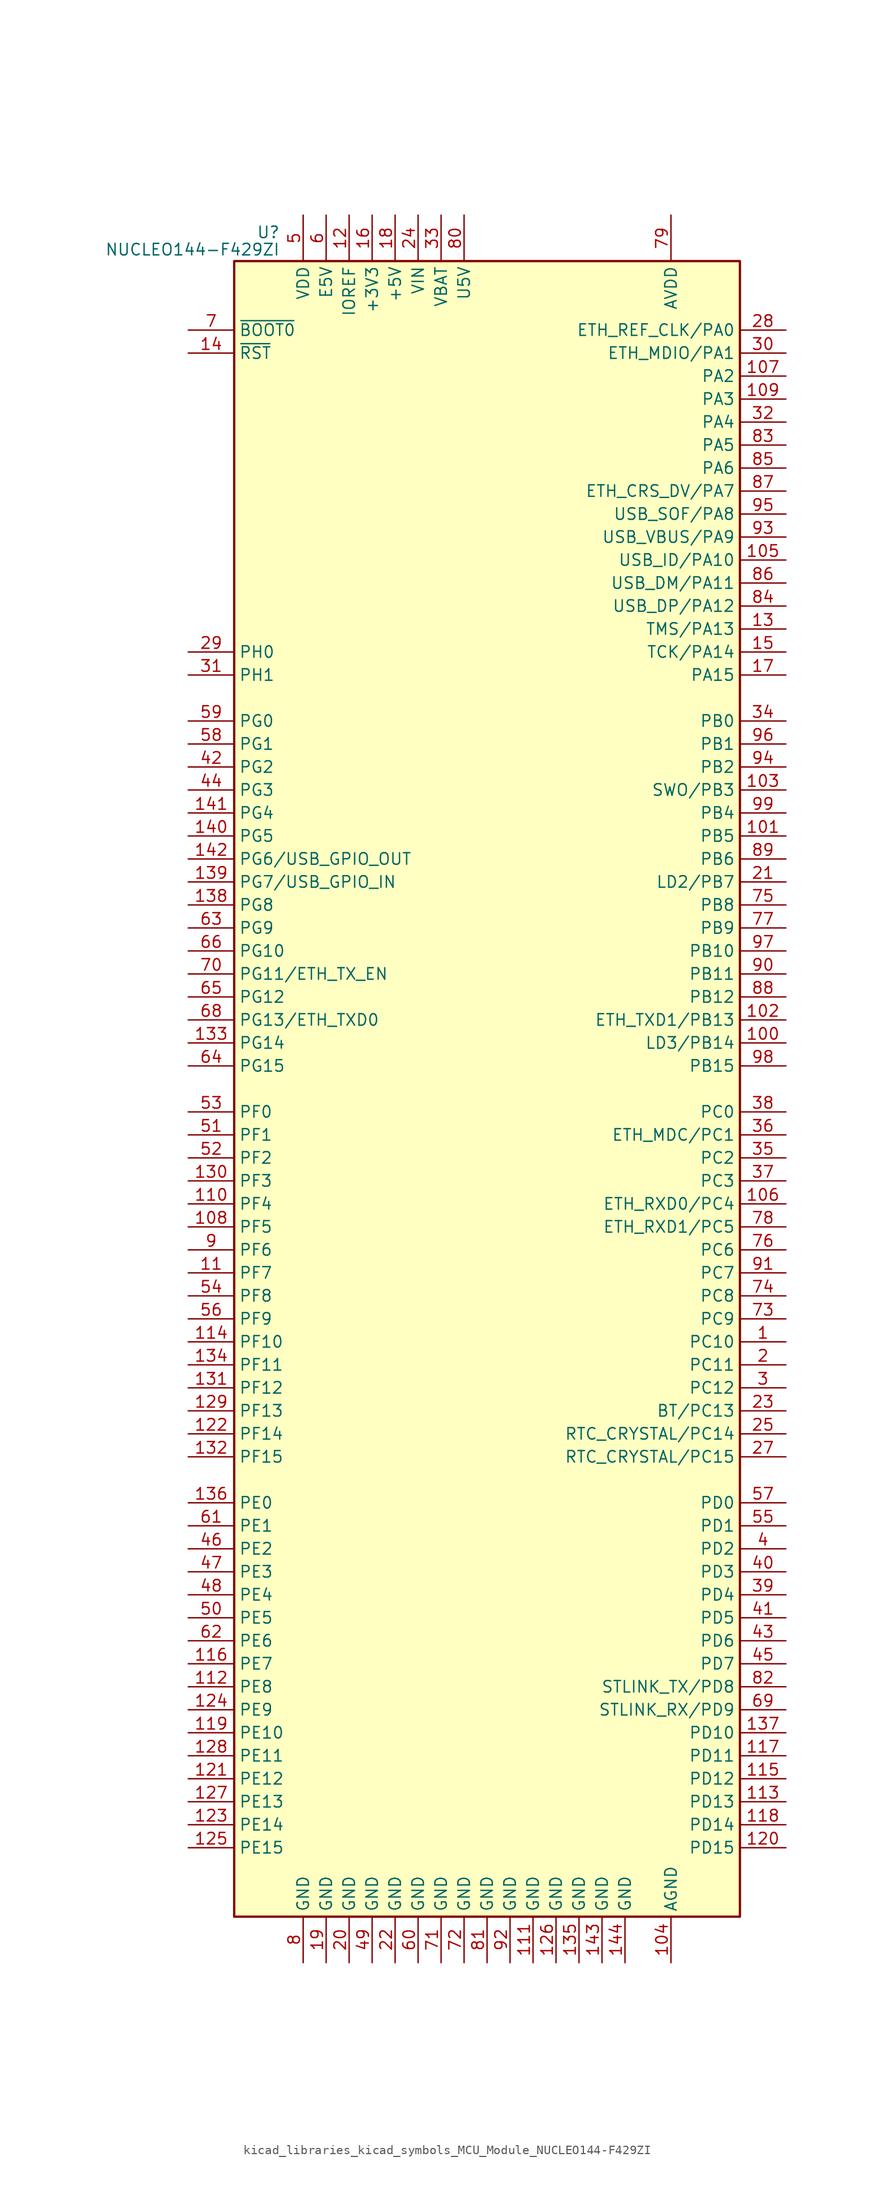
<source format=kicad_sym>
(kicad_symbol_lib
  (version 20220914)
  (generator kicad_symbol_editor)
  (symbol "kicad_libraries_kicad_symbols_MCU_Module_NUCLEO144-F429ZI"
    (property "Reference" "U"
      (at -22.86 94.615 0)
      (effects (font (size 1.27 1.27)) (justify right)))
    (property "Value" "NUCLEO144-F429ZI"
      (at -22.86 92.71 0)
      (effects (font (size 1.27 1.27)) (justify right)))
    (symbol "kicad_libraries_kicad_symbols_MCU_Module_NUCLEO144-F429ZI_0_1"
      (rectangle (start -27.94 -91.44) (end 27.94 91.44) (stroke (width 0.254) (type default)) (fill (type background))))
    (symbol "kicad_libraries_kicad_symbols_MCU_Module_NUCLEO144-F429ZI_1_1"
      (pin bidirectional line (at 33.02 -27.94 180) (length 5.08) (name "PC10" (effects (font (size 1.27 1.27)))) (number "1" (effects (font (size 1.27 1.27)))))
      (pin no_connect line (at -27.94 55.88 0) (length 5.08) hide (name "NC" (effects (font (size 1.27 1.27)))) (number "10" (effects (font (size 1.27 1.27)))))
      (pin bidirectional line (at 33.02 5.08 180) (length 5.08) (name "LD3/PB14" (effects (font (size 1.27 1.27)))) (number "100" (effects (font (size 1.27 1.27)))))
      (pin bidirectional line (at 33.02 27.94 180) (length 5.08) (name "PB5" (effects (font (size 1.27 1.27)))) (number "101" (effects (font (size 1.27 1.27)))))
      (pin bidirectional line (at 33.02 7.62 180) (length 5.08) (name "ETH_TXD1/PB13" (effects (font (size 1.27 1.27)))) (number "102" (effects (font (size 1.27 1.27)))))
      (pin bidirectional line (at 33.02 33.02 180) (length 5.08) (name "SWO/PB3" (effects (font (size 1.27 1.27)))) (number "103" (effects (font (size 1.27 1.27)))))
      (pin power_in line (at 20.32 -96.52 90) (length 5.08) (name "AGND" (effects (font (size 1.27 1.27)))) (number "104" (effects (font (size 1.27 1.27)))))
      (pin bidirectional line (at 33.02 58.42 180) (length 5.08) (name "USB_ID/PA10" (effects (font (size 1.27 1.27)))) (number "105" (effects (font (size 1.27 1.27)))))
      (pin bidirectional line (at 33.02 -12.7 180) (length 5.08) (name "ETH_RXD0/PC4" (effects (font (size 1.27 1.27)))) (number "106" (effects (font (size 1.27 1.27)))))
      (pin bidirectional line (at 33.02 78.74 180) (length 5.08) (name "PA2" (effects (font (size 1.27 1.27)))) (number "107" (effects (font (size 1.27 1.27)))))
      (pin bidirectional line (at -33.02 -15.24 0) (length 5.08) (name "PF5" (effects (font (size 1.27 1.27)))) (number "108" (effects (font (size 1.27 1.27)))))
      (pin bidirectional line (at 33.02 76.2 180) (length 5.08) (name "PA3" (effects (font (size 1.27 1.27)))) (number "109" (effects (font (size 1.27 1.27)))))
      (pin bidirectional line (at -33.02 -20.32 0) (length 5.08) (name "PF7" (effects (font (size 1.27 1.27)))) (number "11" (effects (font (size 1.27 1.27)))))
      (pin bidirectional line (at -33.02 -12.7 0) (length 5.08) (name "PF4" (effects (font (size 1.27 1.27)))) (number "110" (effects (font (size 1.27 1.27)))))
      (pin power_in line (at 5.08 -96.52 90) (length 5.08) (name "GND" (effects (font (size 1.27 1.27)))) (number "111" (effects (font (size 1.27 1.27)))))
      (pin bidirectional line (at -33.02 -66.04 0) (length 5.08) (name "PE8" (effects (font (size 1.27 1.27)))) (number "112" (effects (font (size 1.27 1.27)))))
      (pin bidirectional line (at 33.02 -78.74 180) (length 5.08) (name "PD13" (effects (font (size 1.27 1.27)))) (number "113" (effects (font (size 1.27 1.27)))))
      (pin bidirectional line (at -33.02 -27.94 0) (length 5.08) (name "PF10" (effects (font (size 1.27 1.27)))) (number "114" (effects (font (size 1.27 1.27)))))
      (pin bidirectional line (at 33.02 -76.2 180) (length 5.08) (name "PD12" (effects (font (size 1.27 1.27)))) (number "115" (effects (font (size 1.27 1.27)))))
      (pin bidirectional line (at -33.02 -63.5 0) (length 5.08) (name "PE7" (effects (font (size 1.27 1.27)))) (number "116" (effects (font (size 1.27 1.27)))))
      (pin bidirectional line (at 33.02 -73.66 180) (length 5.08) (name "PD11" (effects (font (size 1.27 1.27)))) (number "117" (effects (font (size 1.27 1.27)))))
      (pin bidirectional line (at 33.02 -81.28 180) (length 5.08) (name "PD14" (effects (font (size 1.27 1.27)))) (number "118" (effects (font (size 1.27 1.27)))))
      (pin bidirectional line (at -33.02 -71.12 0) (length 5.08) (name "PE10" (effects (font (size 1.27 1.27)))) (number "119" (effects (font (size 1.27 1.27)))))
      (pin power_in line (at -15.24 96.52 270) (length 5.08) (name "IOREF" (effects (font (size 1.27 1.27)))) (number "12" (effects (font (size 1.27 1.27)))))
      (pin bidirectional line (at 33.02 -83.82 180) (length 5.08) (name "PD15" (effects (font (size 1.27 1.27)))) (number "120" (effects (font (size 1.27 1.27)))))
      (pin bidirectional line (at -33.02 -76.2 0) (length 5.08) (name "PE12" (effects (font (size 1.27 1.27)))) (number "121" (effects (font (size 1.27 1.27)))))
      (pin bidirectional line (at -33.02 -38.1 0) (length 5.08) (name "PF14" (effects (font (size 1.27 1.27)))) (number "122" (effects (font (size 1.27 1.27)))))
      (pin bidirectional line (at -33.02 -81.28 0) (length 5.08) (name "PE14" (effects (font (size 1.27 1.27)))) (number "123" (effects (font (size 1.27 1.27)))))
      (pin bidirectional line (at -33.02 -68.58 0) (length 5.08) (name "PE9" (effects (font (size 1.27 1.27)))) (number "124" (effects (font (size 1.27 1.27)))))
      (pin bidirectional line (at -33.02 -83.82 0) (length 5.08) (name "PE15" (effects (font (size 1.27 1.27)))) (number "125" (effects (font (size 1.27 1.27)))))
      (pin power_in line (at 7.62 -96.52 90) (length 5.08) (name "GND" (effects (font (size 1.27 1.27)))) (number "126" (effects (font (size 1.27 1.27)))))
      (pin bidirectional line (at -33.02 -78.74 0) (length 5.08) (name "PE13" (effects (font (size 1.27 1.27)))) (number "127" (effects (font (size 1.27 1.27)))))
      (pin bidirectional line (at -33.02 -73.66 0) (length 5.08) (name "PE11" (effects (font (size 1.27 1.27)))) (number "128" (effects (font (size 1.27 1.27)))))
      (pin bidirectional line (at -33.02 -35.56 0) (length 5.08) (name "PF13" (effects (font (size 1.27 1.27)))) (number "129" (effects (font (size 1.27 1.27)))))
      (pin bidirectional line (at 33.02 50.8 180) (length 5.08) (name "TMS/PA13" (effects (font (size 1.27 1.27)))) (number "13" (effects (font (size 1.27 1.27)))))
      (pin bidirectional line (at -33.02 -10.16 0) (length 5.08) (name "PF3" (effects (font (size 1.27 1.27)))) (number "130" (effects (font (size 1.27 1.27)))))
      (pin bidirectional line (at -33.02 -33.02 0) (length 5.08) (name "PF12" (effects (font (size 1.27 1.27)))) (number "131" (effects (font (size 1.27 1.27)))))
      (pin bidirectional line (at -33.02 -40.64 0) (length 5.08) (name "PF15" (effects (font (size 1.27 1.27)))) (number "132" (effects (font (size 1.27 1.27)))))
      (pin bidirectional line (at -33.02 5.08 0) (length 5.08) (name "PG14" (effects (font (size 1.27 1.27)))) (number "133" (effects (font (size 1.27 1.27)))))
      (pin bidirectional line (at -33.02 -30.48 0) (length 5.08) (name "PF11" (effects (font (size 1.27 1.27)))) (number "134" (effects (font (size 1.27 1.27)))))
      (pin power_in line (at 10.16 -96.52 90) (length 5.08) (name "GND" (effects (font (size 1.27 1.27)))) (number "135" (effects (font (size 1.27 1.27)))))
      (pin bidirectional line (at -33.02 -45.72 0) (length 5.08) (name "PE0" (effects (font (size 1.27 1.27)))) (number "136" (effects (font (size 1.27 1.27)))))
      (pin bidirectional line (at 33.02 -71.12 180) (length 5.08) (name "PD10" (effects (font (size 1.27 1.27)))) (number "137" (effects (font (size 1.27 1.27)))))
      (pin bidirectional line (at -33.02 20.32 0) (length 5.08) (name "PG8" (effects (font (size 1.27 1.27)))) (number "138" (effects (font (size 1.27 1.27)))))
      (pin bidirectional line (at -33.02 22.86 0) (length 5.08) (name "PG7/USB_GPIO_IN" (effects (font (size 1.27 1.27)))) (number "139" (effects (font (size 1.27 1.27)))))
      (pin input line (at -33.02 81.28 0) (length 5.08) (name "~{RST}" (effects (font (size 1.27 1.27)))) (number "14" (effects (font (size 1.27 1.27)))))
      (pin bidirectional line (at -33.02 27.94 0) (length 5.08) (name "PG5" (effects (font (size 1.27 1.27)))) (number "140" (effects (font (size 1.27 1.27)))))
      (pin bidirectional line (at -33.02 30.48 0) (length 5.08) (name "PG4" (effects (font (size 1.27 1.27)))) (number "141" (effects (font (size 1.27 1.27)))))
      (pin bidirectional line (at -33.02 25.4 0) (length 5.08) (name "PG6/USB_GPIO_OUT" (effects (font (size 1.27 1.27)))) (number "142" (effects (font (size 1.27 1.27)))))
      (pin power_in line (at 12.7 -96.52 90) (length 5.08) (name "GND" (effects (font (size 1.27 1.27)))) (number "143" (effects (font (size 1.27 1.27)))))
      (pin power_in line (at 15.24 -96.52 90) (length 5.08) (name "GND" (effects (font (size 1.27 1.27)))) (number "144" (effects (font (size 1.27 1.27)))))
      (pin bidirectional line (at 33.02 48.26 180) (length 5.08) (name "TCK/PA14" (effects (font (size 1.27 1.27)))) (number "15" (effects (font (size 1.27 1.27)))))
      (pin power_in line (at -12.7 96.52 270) (length 5.08) (name "+3V3" (effects (font (size 1.27 1.27)))) (number "16" (effects (font (size 1.27 1.27)))))
      (pin bidirectional line (at 33.02 45.72 180) (length 5.08) (name "PA15" (effects (font (size 1.27 1.27)))) (number "17" (effects (font (size 1.27 1.27)))))
      (pin power_in line (at -10.16 96.52 270) (length 5.08) (name "+5V" (effects (font (size 1.27 1.27)))) (number "18" (effects (font (size 1.27 1.27)))))
      (pin power_in line (at -17.78 -96.52 90) (length 5.08) (name "GND" (effects (font (size 1.27 1.27)))) (number "19" (effects (font (size 1.27 1.27)))))
      (pin bidirectional line (at 33.02 -30.48 180) (length 5.08) (name "PC11" (effects (font (size 1.27 1.27)))) (number "2" (effects (font (size 1.27 1.27)))))
      (pin power_in line (at -15.24 -96.52 90) (length 5.08) (name "GND" (effects (font (size 1.27 1.27)))) (number "20" (effects (font (size 1.27 1.27)))))
      (pin bidirectional line (at 33.02 22.86 180) (length 5.08) (name "LD2/PB7" (effects (font (size 1.27 1.27)))) (number "21" (effects (font (size 1.27 1.27)))))
      (pin power_in line (at -10.16 -96.52 90) (length 5.08) (name "GND" (effects (font (size 1.27 1.27)))) (number "22" (effects (font (size 1.27 1.27)))))
      (pin bidirectional line (at 33.02 -35.56 180) (length 5.08) (name "BT/PC13" (effects (font (size 1.27 1.27)))) (number "23" (effects (font (size 1.27 1.27)))))
      (pin power_in line (at -7.62 96.52 270) (length 5.08) (name "VIN" (effects (font (size 1.27 1.27)))) (number "24" (effects (font (size 1.27 1.27)))))
      (pin bidirectional line (at 33.02 -38.1 180) (length 5.08) (name "RTC_CRYSTAL/PC14" (effects (font (size 1.27 1.27)))) (number "25" (effects (font (size 1.27 1.27)))))
      (pin no_connect line (at -27.94 58.42 0) (length 5.08) hide (name "NC" (effects (font (size 1.27 1.27)))) (number "26" (effects (font (size 1.27 1.27)))))
      (pin bidirectional line (at 33.02 -40.64 180) (length 5.08) (name "RTC_CRYSTAL/PC15" (effects (font (size 1.27 1.27)))) (number "27" (effects (font (size 1.27 1.27)))))
      (pin bidirectional line (at 33.02 83.82 180) (length 5.08) (name "ETH_REF_CLK/PA0" (effects (font (size 1.27 1.27)))) (number "28" (effects (font (size 1.27 1.27)))))
      (pin bidirectional line (at -33.02 48.26 0) (length 5.08) (name "PH0" (effects (font (size 1.27 1.27)))) (number "29" (effects (font (size 1.27 1.27)))))
      (pin bidirectional line (at 33.02 -33.02 180) (length 5.08) (name "PC12" (effects (font (size 1.27 1.27)))) (number "3" (effects (font (size 1.27 1.27)))))
      (pin bidirectional line (at 33.02 81.28 180) (length 5.08) (name "ETH_MDIO/PA1" (effects (font (size 1.27 1.27)))) (number "30" (effects (font (size 1.27 1.27)))))
      (pin bidirectional line (at -33.02 45.72 0) (length 5.08) (name "PH1" (effects (font (size 1.27 1.27)))) (number "31" (effects (font (size 1.27 1.27)))))
      (pin bidirectional line (at 33.02 73.66 180) (length 5.08) (name "PA4" (effects (font (size 1.27 1.27)))) (number "32" (effects (font (size 1.27 1.27)))))
      (pin power_in line (at -5.08 96.52 270) (length 5.08) (name "VBAT" (effects (font (size 1.27 1.27)))) (number "33" (effects (font (size 1.27 1.27)))))
      (pin bidirectional line (at 33.02 40.64 180) (length 5.08) (name "PB0" (effects (font (size 1.27 1.27)))) (number "34" (effects (font (size 1.27 1.27)))))
      (pin bidirectional line (at 33.02 -7.62 180) (length 5.08) (name "PC2" (effects (font (size 1.27 1.27)))) (number "35" (effects (font (size 1.27 1.27)))))
      (pin bidirectional line (at 33.02 -5.08 180) (length 5.08) (name "ETH_MDC/PC1" (effects (font (size 1.27 1.27)))) (number "36" (effects (font (size 1.27 1.27)))))
      (pin bidirectional line (at 33.02 -10.16 180) (length 5.08) (name "PC3" (effects (font (size 1.27 1.27)))) (number "37" (effects (font (size 1.27 1.27)))))
      (pin bidirectional line (at 33.02 -2.54 180) (length 5.08) (name "PC0" (effects (font (size 1.27 1.27)))) (number "38" (effects (font (size 1.27 1.27)))))
      (pin bidirectional line (at 33.02 -55.88 180) (length 5.08) (name "PD4" (effects (font (size 1.27 1.27)))) (number "39" (effects (font (size 1.27 1.27)))))
      (pin bidirectional line (at 33.02 -50.8 180) (length 5.08) (name "PD2" (effects (font (size 1.27 1.27)))) (number "4" (effects (font (size 1.27 1.27)))))
      (pin bidirectional line (at 33.02 -53.34 180) (length 5.08) (name "PD3" (effects (font (size 1.27 1.27)))) (number "40" (effects (font (size 1.27 1.27)))))
      (pin bidirectional line (at 33.02 -58.42 180) (length 5.08) (name "PD5" (effects (font (size 1.27 1.27)))) (number "41" (effects (font (size 1.27 1.27)))))
      (pin bidirectional line (at -33.02 35.56 0) (length 5.08) (name "PG2" (effects (font (size 1.27 1.27)))) (number "42" (effects (font (size 1.27 1.27)))))
      (pin bidirectional line (at 33.02 -60.96 180) (length 5.08) (name "PD6" (effects (font (size 1.27 1.27)))) (number "43" (effects (font (size 1.27 1.27)))))
      (pin bidirectional line (at -33.02 33.02 0) (length 5.08) (name "PG3" (effects (font (size 1.27 1.27)))) (number "44" (effects (font (size 1.27 1.27)))))
      (pin bidirectional line (at 33.02 -63.5 180) (length 5.08) (name "PD7" (effects (font (size 1.27 1.27)))) (number "45" (effects (font (size 1.27 1.27)))))
      (pin bidirectional line (at -33.02 -50.8 0) (length 5.08) (name "PE2" (effects (font (size 1.27 1.27)))) (number "46" (effects (font (size 1.27 1.27)))))
      (pin bidirectional line (at -33.02 -53.34 0) (length 5.08) (name "PE3" (effects (font (size 1.27 1.27)))) (number "47" (effects (font (size 1.27 1.27)))))
      (pin bidirectional line (at -33.02 -55.88 0) (length 5.08) (name "PE4" (effects (font (size 1.27 1.27)))) (number "48" (effects (font (size 1.27 1.27)))))
      (pin power_in line (at -12.7 -96.52 90) (length 5.08) (name "GND" (effects (font (size 1.27 1.27)))) (number "49" (effects (font (size 1.27 1.27)))))
      (pin power_in line (at -20.32 96.52 270) (length 5.08) (name "VDD" (effects (font (size 1.27 1.27)))) (number "5" (effects (font (size 1.27 1.27)))))
      (pin bidirectional line (at -33.02 -58.42 0) (length 5.08) (name "PE5" (effects (font (size 1.27 1.27)))) (number "50" (effects (font (size 1.27 1.27)))))
      (pin bidirectional line (at -33.02 -5.08 0) (length 5.08) (name "PF1" (effects (font (size 1.27 1.27)))) (number "51" (effects (font (size 1.27 1.27)))))
      (pin bidirectional line (at -33.02 -7.62 0) (length 5.08) (name "PF2" (effects (font (size 1.27 1.27)))) (number "52" (effects (font (size 1.27 1.27)))))
      (pin bidirectional line (at -33.02 -2.54 0) (length 5.08) (name "PF0" (effects (font (size 1.27 1.27)))) (number "53" (effects (font (size 1.27 1.27)))))
      (pin bidirectional line (at -33.02 -22.86 0) (length 5.08) (name "PF8" (effects (font (size 1.27 1.27)))) (number "54" (effects (font (size 1.27 1.27)))))
      (pin bidirectional line (at 33.02 -48.26 180) (length 5.08) (name "PD1" (effects (font (size 1.27 1.27)))) (number "55" (effects (font (size 1.27 1.27)))))
      (pin bidirectional line (at -33.02 -25.4 0) (length 5.08) (name "PF9" (effects (font (size 1.27 1.27)))) (number "56" (effects (font (size 1.27 1.27)))))
      (pin bidirectional line (at 33.02 -45.72 180) (length 5.08) (name "PD0" (effects (font (size 1.27 1.27)))) (number "57" (effects (font (size 1.27 1.27)))))
      (pin bidirectional line (at -33.02 38.1 0) (length 5.08) (name "PG1" (effects (font (size 1.27 1.27)))) (number "58" (effects (font (size 1.27 1.27)))))
      (pin bidirectional line (at -33.02 40.64 0) (length 5.08) (name "PG0" (effects (font (size 1.27 1.27)))) (number "59" (effects (font (size 1.27 1.27)))))
      (pin power_in line (at -17.78 96.52 270) (length 5.08) (name "E5V" (effects (font (size 1.27 1.27)))) (number "6" (effects (font (size 1.27 1.27)))))
      (pin power_in line (at -7.62 -96.52 90) (length 5.08) (name "GND" (effects (font (size 1.27 1.27)))) (number "60" (effects (font (size 1.27 1.27)))))
      (pin bidirectional line (at -33.02 -48.26 0) (length 5.08) (name "PE1" (effects (font (size 1.27 1.27)))) (number "61" (effects (font (size 1.27 1.27)))))
      (pin bidirectional line (at -33.02 -60.96 0) (length 5.08) (name "PE6" (effects (font (size 1.27 1.27)))) (number "62" (effects (font (size 1.27 1.27)))))
      (pin bidirectional line (at -33.02 17.78 0) (length 5.08) (name "PG9" (effects (font (size 1.27 1.27)))) (number "63" (effects (font (size 1.27 1.27)))))
      (pin bidirectional line (at -33.02 2.54 0) (length 5.08) (name "PG15" (effects (font (size 1.27 1.27)))) (number "64" (effects (font (size 1.27 1.27)))))
      (pin bidirectional line (at -33.02 10.16 0) (length 5.08) (name "PG12" (effects (font (size 1.27 1.27)))) (number "65" (effects (font (size 1.27 1.27)))))
      (pin bidirectional line (at -33.02 15.24 0) (length 5.08) (name "PG10" (effects (font (size 1.27 1.27)))) (number "66" (effects (font (size 1.27 1.27)))))
      (pin no_connect line (at -27.94 53.34 0) (length 5.08) hide (name "NC" (effects (font (size 1.27 1.27)))) (number "67" (effects (font (size 1.27 1.27)))))
      (pin bidirectional line (at -33.02 7.62 0) (length 5.08) (name "PG13/ETH_TXD0" (effects (font (size 1.27 1.27)))) (number "68" (effects (font (size 1.27 1.27)))))
      (pin bidirectional line (at 33.02 -68.58 180) (length 5.08) (name "STLINK_RX/PD9" (effects (font (size 1.27 1.27)))) (number "69" (effects (font (size 1.27 1.27)))))
      (pin input line (at -33.02 83.82 0) (length 5.08) (name "~{BOOT0}" (effects (font (size 1.27 1.27)))) (number "7" (effects (font (size 1.27 1.27)))))
      (pin bidirectional line (at -33.02 12.7 0) (length 5.08) (name "PG11/ETH_TX_EN" (effects (font (size 1.27 1.27)))) (number "70" (effects (font (size 1.27 1.27)))))
      (pin power_in line (at -5.08 -96.52 90) (length 5.08) (name "GND" (effects (font (size 1.27 1.27)))) (number "71" (effects (font (size 1.27 1.27)))))
      (pin power_in line (at -2.54 -96.52 90) (length 5.08) (name "GND" (effects (font (size 1.27 1.27)))) (number "72" (effects (font (size 1.27 1.27)))))
      (pin bidirectional line (at 33.02 -25.4 180) (length 5.08) (name "PC9" (effects (font (size 1.27 1.27)))) (number "73" (effects (font (size 1.27 1.27)))))
      (pin bidirectional line (at 33.02 -22.86 180) (length 5.08) (name "PC8" (effects (font (size 1.27 1.27)))) (number "74" (effects (font (size 1.27 1.27)))))
      (pin bidirectional line (at 33.02 20.32 180) (length 5.08) (name "PB8" (effects (font (size 1.27 1.27)))) (number "75" (effects (font (size 1.27 1.27)))))
      (pin bidirectional line (at 33.02 -17.78 180) (length 5.08) (name "PC6" (effects (font (size 1.27 1.27)))) (number "76" (effects (font (size 1.27 1.27)))))
      (pin bidirectional line (at 33.02 17.78 180) (length 5.08) (name "PB9" (effects (font (size 1.27 1.27)))) (number "77" (effects (font (size 1.27 1.27)))))
      (pin bidirectional line (at 33.02 -15.24 180) (length 5.08) (name "ETH_RXD1/PC5" (effects (font (size 1.27 1.27)))) (number "78" (effects (font (size 1.27 1.27)))))
      (pin power_in line (at 20.32 96.52 270) (length 5.08) (name "AVDD" (effects (font (size 1.27 1.27)))) (number "79" (effects (font (size 1.27 1.27)))))
      (pin power_in line (at -20.32 -96.52 90) (length 5.08) (name "GND" (effects (font (size 1.27 1.27)))) (number "8" (effects (font (size 1.27 1.27)))))
      (pin power_in line (at -2.54 96.52 270) (length 5.08) (name "U5V" (effects (font (size 1.27 1.27)))) (number "80" (effects (font (size 1.27 1.27)))))
      (pin power_in line (at 0 -96.52 90) (length 5.08) (name "GND" (effects (font (size 1.27 1.27)))) (number "81" (effects (font (size 1.27 1.27)))))
      (pin bidirectional line (at 33.02 -66.04 180) (length 5.08) (name "STLINK_TX/PD8" (effects (font (size 1.27 1.27)))) (number "82" (effects (font (size 1.27 1.27)))))
      (pin bidirectional line (at 33.02 71.12 180) (length 5.08) (name "PA5" (effects (font (size 1.27 1.27)))) (number "83" (effects (font (size 1.27 1.27)))))
      (pin bidirectional line (at 33.02 53.34 180) (length 5.08) (name "USB_DP/PA12" (effects (font (size 1.27 1.27)))) (number "84" (effects (font (size 1.27 1.27)))))
      (pin bidirectional line (at 33.02 68.58 180) (length 5.08) (name "PA6" (effects (font (size 1.27 1.27)))) (number "85" (effects (font (size 1.27 1.27)))))
      (pin bidirectional line (at 33.02 55.88 180) (length 5.08) (name "USB_DM/PA11" (effects (font (size 1.27 1.27)))) (number "86" (effects (font (size 1.27 1.27)))))
      (pin bidirectional line (at 33.02 66.04 180) (length 5.08) (name "ETH_CRS_DV/PA7" (effects (font (size 1.27 1.27)))) (number "87" (effects (font (size 1.27 1.27)))))
      (pin bidirectional line (at 33.02 10.16 180) (length 5.08) (name "PB12" (effects (font (size 1.27 1.27)))) (number "88" (effects (font (size 1.27 1.27)))))
      (pin bidirectional line (at 33.02 25.4 180) (length 5.08) (name "PB6" (effects (font (size 1.27 1.27)))) (number "89" (effects (font (size 1.27 1.27)))))
      (pin bidirectional line (at -33.02 -17.78 0) (length 5.08) (name "PF6" (effects (font (size 1.27 1.27)))) (number "9" (effects (font (size 1.27 1.27)))))
      (pin bidirectional line (at 33.02 12.7 180) (length 5.08) (name "PB11" (effects (font (size 1.27 1.27)))) (number "90" (effects (font (size 1.27 1.27)))))
      (pin bidirectional line (at 33.02 -20.32 180) (length 5.08) (name "PC7" (effects (font (size 1.27 1.27)))) (number "91" (effects (font (size 1.27 1.27)))))
      (pin power_in line (at 2.54 -96.52 90) (length 5.08) (name "GND" (effects (font (size 1.27 1.27)))) (number "92" (effects (font (size 1.27 1.27)))))
      (pin bidirectional line (at 33.02 60.96 180) (length 5.08) (name "USB_VBUS/PA9" (effects (font (size 1.27 1.27)))) (number "93" (effects (font (size 1.27 1.27)))))
      (pin bidirectional line (at 33.02 35.56 180) (length 5.08) (name "PB2" (effects (font (size 1.27 1.27)))) (number "94" (effects (font (size 1.27 1.27)))))
      (pin bidirectional line (at 33.02 63.5 180) (length 5.08) (name "USB_SOF/PA8" (effects (font (size 1.27 1.27)))) (number "95" (effects (font (size 1.27 1.27)))))
      (pin bidirectional line (at 33.02 38.1 180) (length 5.08) (name "PB1" (effects (font (size 1.27 1.27)))) (number "96" (effects (font (size 1.27 1.27)))))
      (pin bidirectional line (at 33.02 15.24 180) (length 5.08) (name "PB10" (effects (font (size 1.27 1.27)))) (number "97" (effects (font (size 1.27 1.27)))))
      (pin bidirectional line (at 33.02 2.54 180) (length 5.08) (name "PB15" (effects (font (size 1.27 1.27)))) (number "98" (effects (font (size 1.27 1.27)))))
      (pin bidirectional line (at 33.02 30.48 180) (length 5.08) (name "PB4" (effects (font (size 1.27 1.27)))) (number "99" (effects (font (size 1.27 1.27))))))))
</source>
